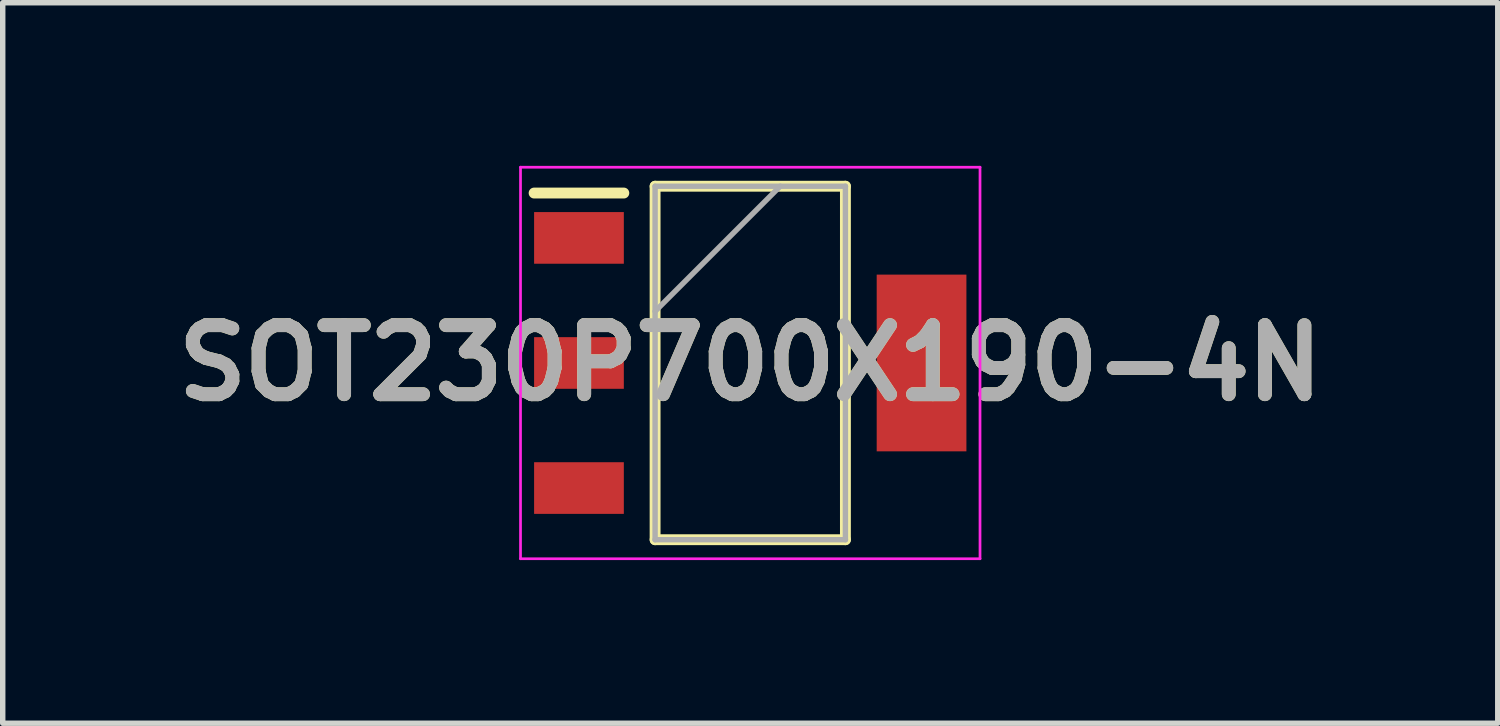
<source format=kicad_pcb>
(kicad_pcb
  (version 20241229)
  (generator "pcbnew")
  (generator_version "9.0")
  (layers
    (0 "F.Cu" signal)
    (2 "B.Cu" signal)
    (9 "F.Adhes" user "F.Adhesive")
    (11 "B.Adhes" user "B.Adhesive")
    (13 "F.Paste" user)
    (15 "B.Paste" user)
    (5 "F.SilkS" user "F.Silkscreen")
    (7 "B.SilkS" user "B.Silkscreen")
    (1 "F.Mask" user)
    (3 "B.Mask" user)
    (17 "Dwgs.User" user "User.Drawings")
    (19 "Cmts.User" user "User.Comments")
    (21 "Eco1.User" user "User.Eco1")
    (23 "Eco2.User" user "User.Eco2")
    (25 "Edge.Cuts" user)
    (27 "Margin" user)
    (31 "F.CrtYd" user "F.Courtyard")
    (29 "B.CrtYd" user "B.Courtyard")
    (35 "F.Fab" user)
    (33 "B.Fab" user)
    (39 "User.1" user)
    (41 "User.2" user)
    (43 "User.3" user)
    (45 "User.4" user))
  (footprint "SOT230P700X190-4N"
    (layer "F.Cu")
    (at 10.747 3.625)
    (property "Reference" "SOT230P700X190-4N" (at 0 0 0) (layer "F.SilkS") (effects (font (size 1.27 1.27) (thickness 0.254))))
    (attr smd)
    (fp_line (start -3.975 -3.125) (end -2.325 -3.125) (stroke (width 0.2) (type solid)) (layer "F.SilkS"))
    (fp_line (start -1.75 -3.25) (end 1.75 -3.25) (stroke (width 0.2) (type solid)) (layer "F.SilkS"))
    (fp_line (start -1.75 3.25) (end -1.75 -3.25) (stroke (width 0.2) (type solid)) (layer "F.SilkS"))
    (fp_line (start 1.75 -3.25) (end 1.75 3.25) (stroke (width 0.2) (type solid)) (layer "F.SilkS"))
    (fp_line (start 1.75 3.25) (end -1.75 3.25) (stroke (width 0.2) (type solid)) (layer "F.SilkS"))
    (fp_line (start -4.225 -3.6) (end 4.225 -3.6) (stroke (width 0.05) (type solid)) (layer "F.CrtYd"))
    (fp_line (start -4.225 3.6) (end -4.225 -3.6) (stroke (width 0.05) (type solid)) (layer "F.CrtYd"))
    (fp_line (start 4.225 -3.6) (end 4.225 3.6) (stroke (width 0.05) (type solid)) (layer "F.CrtYd"))
    (fp_line (start 4.225 3.6) (end -4.225 3.6) (stroke (width 0.05) (type solid)) (layer "F.CrtYd"))
    (fp_line (start -1.75 -3.25) (end 1.75 -3.25) (stroke (width 0.1) (type solid)) (layer "F.Fab"))
    (fp_line (start -1.75 -0.95) (end 0.55 -3.25) (stroke (width 0.1) (type solid)) (layer "F.Fab"))
    (fp_line (start -1.75 3.25) (end -1.75 -3.25) (stroke (width 0.1) (type solid)) (layer "F.Fab"))
    (fp_line (start 1.75 -3.25) (end 1.75 3.25) (stroke (width 0.1) (type solid)) (layer "F.Fab"))
    (fp_line (start 1.75 3.25) (end -1.75 3.25) (stroke (width 0.1) (type solid)) (layer "F.Fab"))
    (fp_text user "${REFERENCE}" (at 0 0 0) (layer "F.Fab") (effects (font (size 1.27 1.27) (thickness 0.254))))
    (pad "1" smd rect (at -3.15 -2.3 90) (size 0.95 1.65) (layers "F.Cu" "F.Mask" "F.Paste"))
    (pad "2" smd rect (at -3.15 0 90) (size 0.95 1.65) (layers "F.Cu" "F.Mask" "F.Paste"))
    (pad "3" smd rect (at -3.15 2.3 90) (size 0.95 1.65) (layers "F.Cu" "F.Mask" "F.Paste"))
    (pad "4" smd rect (at 3.15 0) (size 1.65 3.25) (layers "F.Cu" "F.Mask" "F.Paste")))
  (gr_rect
    (start -3 -3)
    (end 24.493 10.25)
    (stroke (width 0.1) (type default))
    (fill no)
    (layer "Edge.Cuts")))
</source>
